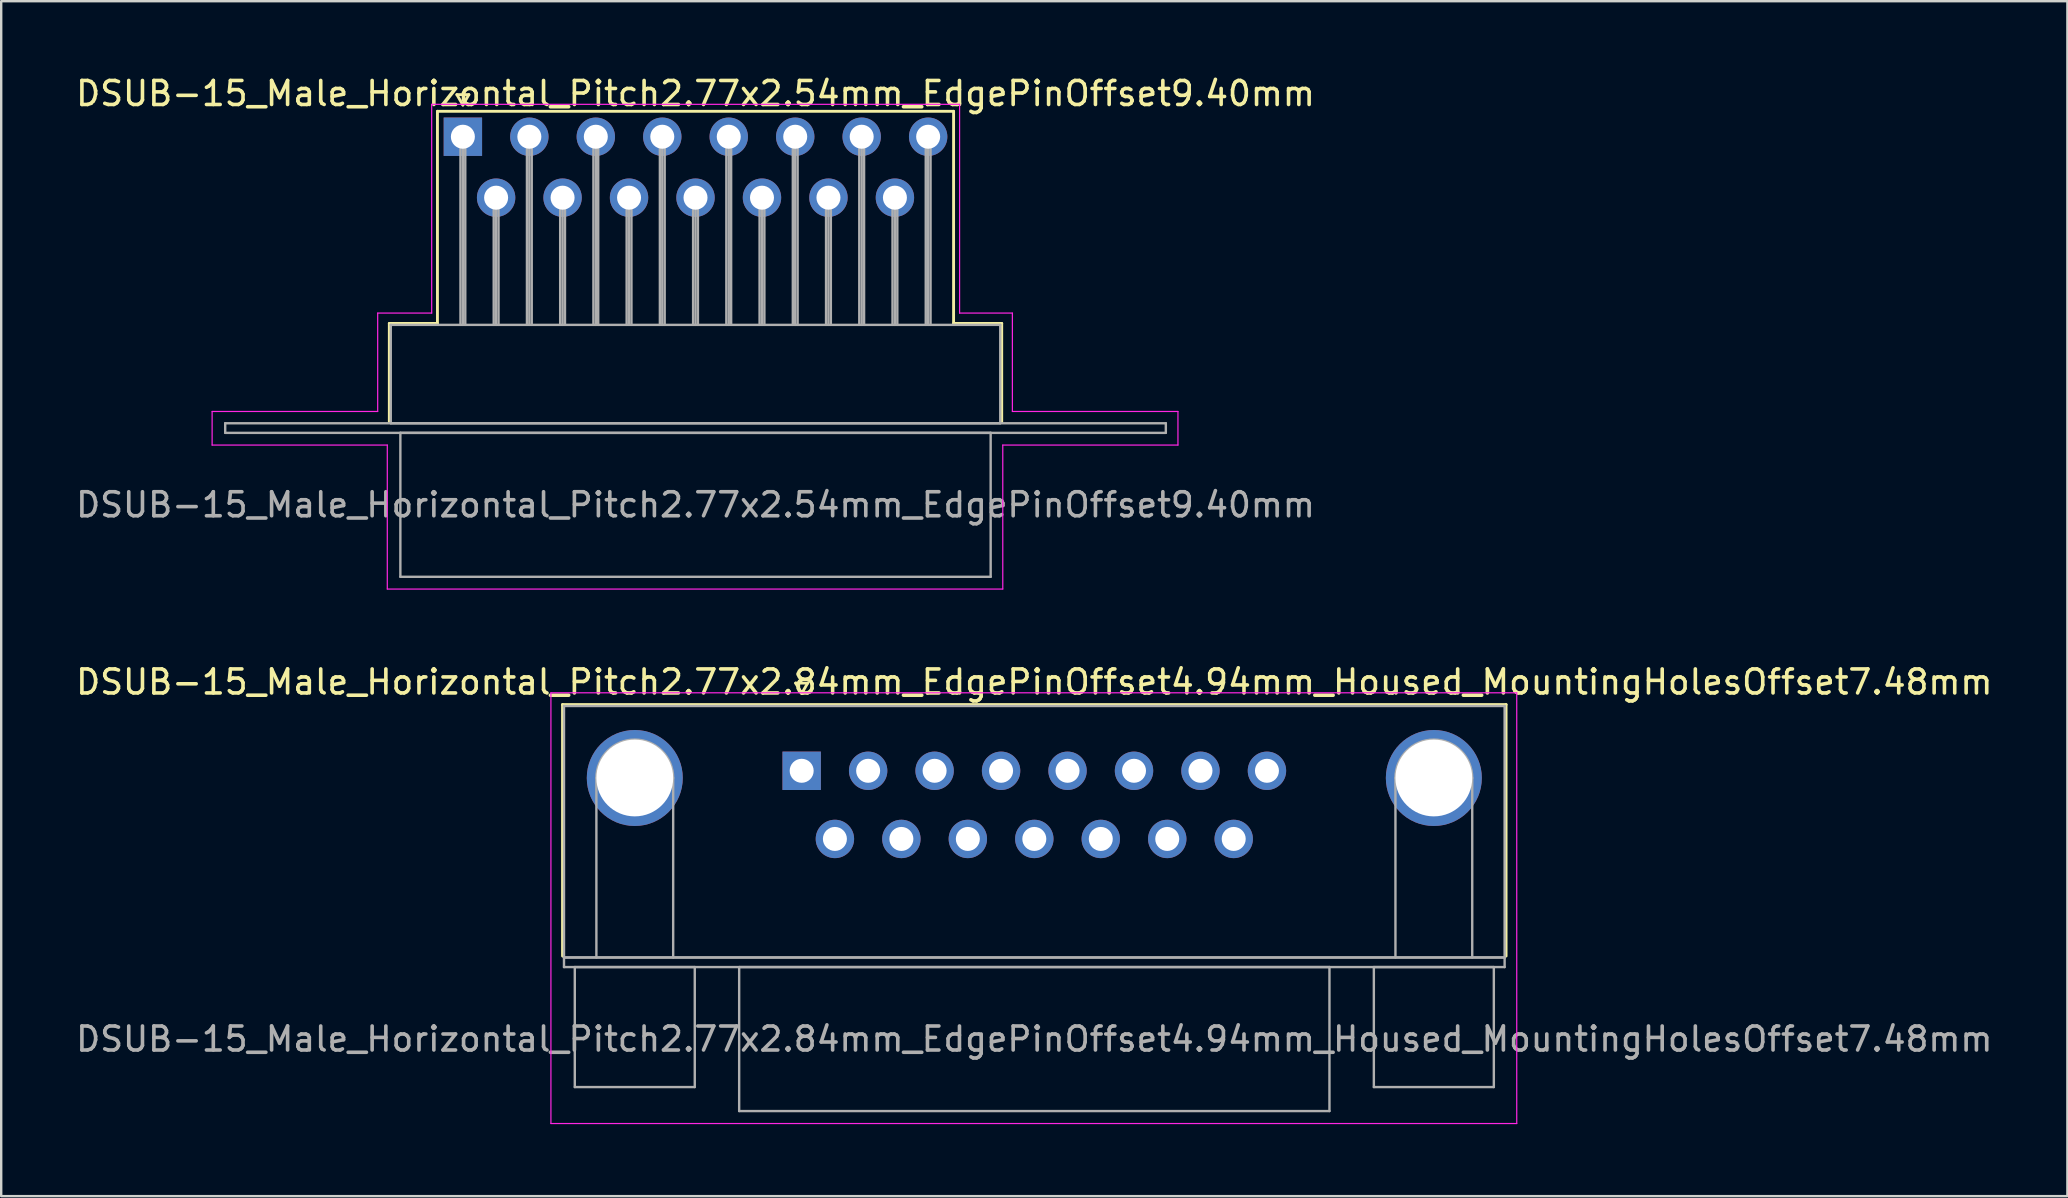
<source format=kicad_pcb>
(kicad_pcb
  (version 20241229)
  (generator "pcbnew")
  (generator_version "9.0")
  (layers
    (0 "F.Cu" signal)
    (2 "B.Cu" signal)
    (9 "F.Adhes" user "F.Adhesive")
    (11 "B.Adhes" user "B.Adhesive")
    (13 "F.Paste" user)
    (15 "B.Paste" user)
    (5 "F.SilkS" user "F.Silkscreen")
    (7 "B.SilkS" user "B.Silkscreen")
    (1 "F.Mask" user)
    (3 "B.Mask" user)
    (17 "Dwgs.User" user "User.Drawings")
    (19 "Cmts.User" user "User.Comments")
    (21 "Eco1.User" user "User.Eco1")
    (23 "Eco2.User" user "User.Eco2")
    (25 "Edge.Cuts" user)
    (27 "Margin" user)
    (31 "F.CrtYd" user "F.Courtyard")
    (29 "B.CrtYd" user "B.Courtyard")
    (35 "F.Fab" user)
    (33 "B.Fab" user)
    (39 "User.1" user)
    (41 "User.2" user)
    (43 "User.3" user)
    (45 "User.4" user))
  (footprint "DSUB-15_Male_Horizontal_Pitch2.77x2.84mm_EdgePinOffset4.94mm_Housed_MountingHolesOffset7.48mm"
    (layer "F.Cu")
    (at 30.359 29.072)
    (property "Reference" "DSUB-15_Male_Horizontal_Pitch2.77x2.84mm_EdgePinOffset4.94mm_Housed_MountingHolesOffset7.48mm" (at 9.695 -3.7 0) (layer "F.SilkS") (effects (font (size 1 1) (thickness 0.15))))
    (attr through_hole)
    (fp_line (start -9.965 -2.76) (end 29.355 -2.76) (stroke (width 0.12) (type solid)) (layer "F.SilkS"))
    (fp_line (start -9.965 7.72) (end -9.965 -2.76) (stroke (width 0.12) (type solid)) (layer "F.SilkS"))
    (fp_line (start -0.25 -3.654) (end 0.25 -3.654) (stroke (width 0.12) (type solid)) (layer "F.SilkS"))
    (fp_line (start 0 -3.221) (end -0.25 -3.654) (stroke (width 0.12) (type solid)) (layer "F.SilkS"))
    (fp_line (start 0.25 -3.654) (end 0 -3.221) (stroke (width 0.12) (type solid)) (layer "F.SilkS"))
    (fp_line (start 29.355 -2.76) (end 29.355 7.72) (stroke (width 0.12) (type solid)) (layer "F.SilkS"))
    (fp_line (start -10.45 -3.25) (end -10.45 14.7) (stroke (width 0.05) (type solid)) (layer "F.CrtYd"))
    (fp_line (start -10.45 14.7) (end 29.8 14.7) (stroke (width 0.05) (type solid)) (layer "F.CrtYd"))
    (fp_line (start 29.8 -3.25) (end -10.45 -3.25) (stroke (width 0.05) (type solid)) (layer "F.CrtYd"))
    (fp_line (start 29.8 14.7) (end 29.8 -3.25) (stroke (width 0.05) (type solid)) (layer "F.CrtYd"))
    (fp_line (start -9.905 -2.7) (end -9.905 7.78) (stroke (width 0.1) (type solid)) (layer "F.Fab"))
    (fp_line (start -9.905 7.78) (end -9.905 8.18) (stroke (width 0.1) (type solid)) (layer "F.Fab"))
    (fp_line (start -9.905 7.78) (end 29.295 7.78) (stroke (width 0.1) (type solid)) (layer "F.Fab"))
    (fp_line (start -9.905 8.18) (end 29.295 8.18) (stroke (width 0.1) (type solid)) (layer "F.Fab"))
    (fp_line (start -9.455 8.18) (end -9.455 13.18) (stroke (width 0.1) (type solid)) (layer "F.Fab"))
    (fp_line (start -9.455 13.18) (end -4.455 13.18) (stroke (width 0.1) (type solid)) (layer "F.Fab"))
    (fp_line (start -8.555 7.78) (end -8.555 0.3) (stroke (width 0.1) (type solid)) (layer "F.Fab"))
    (fp_line (start -5.355 7.78) (end -5.355 0.3) (stroke (width 0.1) (type solid)) (layer "F.Fab"))
    (fp_line (start -4.455 8.18) (end -9.455 8.18) (stroke (width 0.1) (type solid)) (layer "F.Fab"))
    (fp_line (start -4.455 13.18) (end -4.455 8.18) (stroke (width 0.1) (type solid)) (layer "F.Fab"))
    (fp_line (start -2.605 8.18) (end -2.605 14.18) (stroke (width 0.1) (type solid)) (layer "F.Fab"))
    (fp_line (start -2.605 14.18) (end 21.995 14.18) (stroke (width 0.1) (type solid)) (layer "F.Fab"))
    (fp_line (start 21.995 8.18) (end -2.605 8.18) (stroke (width 0.1) (type solid)) (layer "F.Fab"))
    (fp_line (start 21.995 14.18) (end 21.995 8.18) (stroke (width 0.1) (type solid)) (layer "F.Fab"))
    (fp_line (start 23.845 8.18) (end 23.845 13.18) (stroke (width 0.1) (type solid)) (layer "F.Fab"))
    (fp_line (start 23.845 13.18) (end 28.845 13.18) (stroke (width 0.1) (type solid)) (layer "F.Fab"))
    (fp_line (start 24.745 7.78) (end 24.745 0.3) (stroke (width 0.1) (type solid)) (layer "F.Fab"))
    (fp_line (start 27.945 7.78) (end 27.945 0.3) (stroke (width 0.1) (type solid)) (layer "F.Fab"))
    (fp_line (start 28.845 8.18) (end 23.845 8.18) (stroke (width 0.1) (type solid)) (layer "F.Fab"))
    (fp_line (start 28.845 13.18) (end 28.845 8.18) (stroke (width 0.1) (type solid)) (layer "F.Fab"))
    (fp_line (start 29.295 -2.7) (end -9.905 -2.7) (stroke (width 0.1) (type solid)) (layer "F.Fab"))
    (fp_line (start 29.295 7.78) (end -9.905 7.78) (stroke (width 0.1) (type solid)) (layer "F.Fab"))
    (fp_line (start 29.295 7.78) (end 29.295 -2.7) (stroke (width 0.1) (type solid)) (layer "F.Fab"))
    (fp_line (start 29.295 8.18) (end 29.295 7.78) (stroke (width 0.1) (type solid)) (layer "F.Fab"))
    (fp_arc (start -8.555 0.3) (mid -6.955 -1.3) (end -5.355 0.3) (stroke (width 0.1) (type solid)) (layer "F.Fab"))
    (fp_arc (start 24.745 0.3) (mid 26.345 -1.3) (end 27.945 0.3) (stroke (width 0.1) (type solid)) (layer "F.Fab"))
    (fp_text user "${REFERENCE}" (at 9.695 11.18 0) (layer "F.Fab") (effects (font (size 1 1) (thickness 0.15))))
    (pad "0" thru_hole circle (at -6.955 0.3) (size 4 4) (drill 3.2) (layers "*.Cu" "*.Mask"))
    (pad "0" thru_hole circle (at 26.345 0.3) (size 4 4) (drill 3.2) (layers "*.Cu" "*.Mask"))
    (pad "1" thru_hole rect (at 0 0) (size 1.6 1.6) (drill 1) (layers "*.Cu" "*.Mask"))
    (pad "2" thru_hole circle (at 2.77 0) (size 1.6 1.6) (drill 1) (layers "*.Cu" "*.Mask"))
    (pad "3" thru_hole circle (at 5.54 0) (size 1.6 1.6) (drill 1) (layers "*.Cu" "*.Mask"))
    (pad "4" thru_hole circle (at 8.31 0) (size 1.6 1.6) (drill 1) (layers "*.Cu" "*.Mask"))
    (pad "5" thru_hole circle (at 11.08 0) (size 1.6 1.6) (drill 1) (layers "*.Cu" "*.Mask"))
    (pad "6" thru_hole circle (at 13.85 0) (size 1.6 1.6) (drill 1) (layers "*.Cu" "*.Mask"))
    (pad "7" thru_hole circle (at 16.62 0) (size 1.6 1.6) (drill 1) (layers "*.Cu" "*.Mask"))
    (pad "8" thru_hole circle (at 19.39 0) (size 1.6 1.6) (drill 1) (layers "*.Cu" "*.Mask"))
    (pad "9" thru_hole circle (at 1.385 2.84) (size 1.6 1.6) (drill 1) (layers "*.Cu" "*.Mask"))
    (pad "10" thru_hole circle (at 4.155 2.84) (size 1.6 1.6) (drill 1) (layers "*.Cu" "*.Mask"))
    (pad "11" thru_hole circle (at 6.925 2.84) (size 1.6 1.6) (drill 1) (layers "*.Cu" "*.Mask"))
    (pad "12" thru_hole circle (at 9.695 2.84) (size 1.6 1.6) (drill 1) (layers "*.Cu" "*.Mask"))
    (pad "13" thru_hole circle (at 12.465 2.84) (size 1.6 1.6) (drill 1) (layers "*.Cu" "*.Mask"))
    (pad "14" thru_hole circle (at 15.235 2.84) (size 1.6 1.6) (drill 1) (layers "*.Cu" "*.Mask"))
    (pad "15" thru_hole circle (at 18.005 2.84) (size 1.6 1.6) (drill 1) (layers "*.Cu" "*.Mask")))
  (footprint "DSUB-15_Male_Horizontal_Pitch2.77x2.54mm_EdgePinOffset9.40mm"
    (layer "F.Cu")
    (at 16.24 2.648)
    (property "Reference" "DSUB-15_Male_Horizontal_Pitch2.77x2.54mm_EdgePinOffset9.40mm" (at 9.695 -1.8 0) (layer "F.SilkS") (effects (font (size 1 1) (thickness 0.15))))
    (attr through_hole)
    (fp_line (start -3.065 7.78) (end -1.06 7.78) (stroke (width 0.12) (type solid)) (layer "F.SilkS"))
    (fp_line (start -3.065 11.88) (end -3.065 7.78) (stroke (width 0.12) (type solid)) (layer "F.SilkS"))
    (fp_line (start -1.06 -1.06) (end 20.45 -1.06) (stroke (width 0.12) (type solid)) (layer "F.SilkS"))
    (fp_line (start -1.06 7.78) (end -1.06 -1.06) (stroke (width 0.12) (type solid)) (layer "F.SilkS"))
    (fp_line (start -0.25 -1.754) (end 0.25 -1.754) (stroke (width 0.12) (type solid)) (layer "F.SilkS"))
    (fp_line (start 0 -1.321) (end -0.25 -1.754) (stroke (width 0.12) (type solid)) (layer "F.SilkS"))
    (fp_line (start 0.25 -1.754) (end 0 -1.321) (stroke (width 0.12) (type solid)) (layer "F.SilkS"))
    (fp_line (start 20.45 -1.06) (end 20.45 7.78) (stroke (width 0.12) (type solid)) (layer "F.SilkS"))
    (fp_line (start 20.45 7.78) (end 22.455 7.78) (stroke (width 0.12) (type solid)) (layer "F.SilkS"))
    (fp_line (start 22.455 7.78) (end 22.455 11.88) (stroke (width 0.12) (type solid)) (layer "F.SilkS"))
    (fp_line (start -10.45 11.45) (end -3.55 11.45) (stroke (width 0.05) (type solid)) (layer "F.CrtYd"))
    (fp_line (start -10.45 12.85) (end -10.45 11.45) (stroke (width 0.05) (type solid)) (layer "F.CrtYd"))
    (fp_line (start -3.55 7.35) (end -1.3 7.35) (stroke (width 0.05) (type solid)) (layer "F.CrtYd"))
    (fp_line (start -3.55 11.45) (end -3.55 7.35) (stroke (width 0.05) (type solid)) (layer "F.CrtYd"))
    (fp_line (start -3.15 12.85) (end -10.45 12.85) (stroke (width 0.05) (type solid)) (layer "F.CrtYd"))
    (fp_line (start -3.15 18.85) (end -3.15 12.85) (stroke (width 0.05) (type solid)) (layer "F.CrtYd"))
    (fp_line (start -1.3 -1.35) (end 20.7 -1.35) (stroke (width 0.05) (type solid)) (layer "F.CrtYd"))
    (fp_line (start -1.3 7.35) (end -1.3 -1.35) (stroke (width 0.05) (type solid)) (layer "F.CrtYd"))
    (fp_line (start 20.7 -1.35) (end 20.7 7.35) (stroke (width 0.05) (type solid)) (layer "F.CrtYd"))
    (fp_line (start 20.7 7.35) (end 22.9 7.35) (stroke (width 0.05) (type solid)) (layer "F.CrtYd"))
    (fp_line (start 22.5 12.85) (end 22.5 18.85) (stroke (width 0.05) (type solid)) (layer "F.CrtYd"))
    (fp_line (start 22.5 18.85) (end -3.15 18.85) (stroke (width 0.05) (type solid)) (layer "F.CrtYd"))
    (fp_line (start 22.9 7.35) (end 22.9 11.45) (stroke (width 0.05) (type solid)) (layer "F.CrtYd"))
    (fp_line (start 22.9 11.45) (end 29.8 11.45) (stroke (width 0.05) (type solid)) (layer "F.CrtYd"))
    (fp_line (start 29.8 11.45) (end 29.8 12.85) (stroke (width 0.05) (type solid)) (layer "F.CrtYd"))
    (fp_line (start 29.8 12.85) (end 22.5 12.85) (stroke (width 0.05) (type solid)) (layer "F.CrtYd"))
    (fp_line (start -9.905 11.94) (end -9.905 12.34) (stroke (width 0.1) (type solid)) (layer "F.Fab"))
    (fp_line (start -9.905 12.34) (end 29.295 12.34) (stroke (width 0.1) (type solid)) (layer "F.Fab"))
    (fp_line (start -3.005 7.84) (end -3.005 11.94) (stroke (width 0.1) (type solid)) (layer "F.Fab"))
    (fp_line (start -3.005 11.94) (end 22.395 11.94) (stroke (width 0.1) (type solid)) (layer "F.Fab"))
    (fp_line (start -2.605 12.34) (end -2.605 18.34) (stroke (width 0.1) (type solid)) (layer "F.Fab"))
    (fp_line (start -2.605 18.34) (end 21.995 18.34) (stroke (width 0.1) (type solid)) (layer "F.Fab"))
    (fp_line (start -0.1 0) (end -0.1 7.84) (stroke (width 0.1) (type solid)) (layer "F.Fab"))
    (fp_line (start 0 0) (end 0 7.84) (stroke (width 0.1) (type solid)) (layer "F.Fab"))
    (fp_line (start 0.1 0) (end 0.1 7.84) (stroke (width 0.1) (type solid)) (layer "F.Fab"))
    (fp_line (start 1.285 2.54) (end 1.285 7.84) (stroke (width 0.1) (type solid)) (layer "F.Fab"))
    (fp_line (start 1.385 2.54) (end 1.385 7.84) (stroke (width 0.1) (type solid)) (layer "F.Fab"))
    (fp_line (start 1.485 2.54) (end 1.485 7.84) (stroke (width 0.1) (type solid)) (layer "F.Fab"))
    (fp_line (start 2.67 0) (end 2.67 7.84) (stroke (width 0.1) (type solid)) (layer "F.Fab"))
    (fp_line (start 2.77 0) (end 2.77 7.84) (stroke (width 0.1) (type solid)) (layer "F.Fab"))
    (fp_line (start 2.87 0) (end 2.87 7.84) (stroke (width 0.1) (type solid)) (layer "F.Fab"))
    (fp_line (start 4.055 2.54) (end 4.055 7.84) (stroke (width 0.1) (type solid)) (layer "F.Fab"))
    (fp_line (start 4.155 2.54) (end 4.155 7.84) (stroke (width 0.1) (type solid)) (layer "F.Fab"))
    (fp_line (start 4.255 2.54) (end 4.255 7.84) (stroke (width 0.1) (type solid)) (layer "F.Fab"))
    (fp_line (start 5.44 0) (end 5.44 7.84) (stroke (width 0.1) (type solid)) (layer "F.Fab"))
    (fp_line (start 5.54 0) (end 5.54 7.84) (stroke (width 0.1) (type solid)) (layer "F.Fab"))
    (fp_line (start 5.64 0) (end 5.64 7.84) (stroke (width 0.1) (type solid)) (layer "F.Fab"))
    (fp_line (start 6.825 2.54) (end 6.825 7.84) (stroke (width 0.1) (type solid)) (layer "F.Fab"))
    (fp_line (start 6.925 2.54) (end 6.925 7.84) (stroke (width 0.1) (type solid)) (layer "F.Fab"))
    (fp_line (start 7.025 2.54) (end 7.025 7.84) (stroke (width 0.1) (type solid)) (layer "F.Fab"))
    (fp_line (start 8.21 0) (end 8.21 7.84) (stroke (width 0.1) (type solid)) (layer "F.Fab"))
    (fp_line (start 8.31 0) (end 8.31 7.84) (stroke (width 0.1) (type solid)) (layer "F.Fab"))
    (fp_line (start 8.41 0) (end 8.41 7.84) (stroke (width 0.1) (type solid)) (layer "F.Fab"))
    (fp_line (start 9.595 2.54) (end 9.595 7.84) (stroke (width 0.1) (type solid)) (layer "F.Fab"))
    (fp_line (start 9.695 2.54) (end 9.695 7.84) (stroke (width 0.1) (type solid)) (layer "F.Fab"))
    (fp_line (start 9.795 2.54) (end 9.795 7.84) (stroke (width 0.1) (type solid)) (layer "F.Fab"))
    (fp_line (start 10.98 0) (end 10.98 7.84) (stroke (width 0.1) (type solid)) (layer "F.Fab"))
    (fp_line (start 11.08 0) (end 11.08 7.84) (stroke (width 0.1) (type solid)) (layer "F.Fab"))
    (fp_line (start 11.18 0) (end 11.18 7.84) (stroke (width 0.1) (type solid)) (layer "F.Fab"))
    (fp_line (start 12.365 2.54) (end 12.365 7.84) (stroke (width 0.1) (type solid)) (layer "F.Fab"))
    (fp_line (start 12.465 2.54) (end 12.465 7.84) (stroke (width 0.1) (type solid)) (layer "F.Fab"))
    (fp_line (start 12.565 2.54) (end 12.565 7.84) (stroke (width 0.1) (type solid)) (layer "F.Fab"))
    (fp_line (start 13.75 0) (end 13.75 7.84) (stroke (width 0.1) (type solid)) (layer "F.Fab"))
    (fp_line (start 13.85 0) (end 13.85 7.84) (stroke (width 0.1) (type solid)) (layer "F.Fab"))
    (fp_line (start 13.95 0) (end 13.95 7.84) (stroke (width 0.1) (type solid)) (layer "F.Fab"))
    (fp_line (start 15.135 2.54) (end 15.135 7.84) (stroke (width 0.1) (type solid)) (layer "F.Fab"))
    (fp_line (start 15.235 2.54) (end 15.235 7.84) (stroke (width 0.1) (type solid)) (layer "F.Fab"))
    (fp_line (start 15.335 2.54) (end 15.335 7.84) (stroke (width 0.1) (type solid)) (layer "F.Fab"))
    (fp_line (start 16.52 0) (end 16.52 7.84) (stroke (width 0.1) (type solid)) (layer "F.Fab"))
    (fp_line (start 16.62 0) (end 16.62 7.84) (stroke (width 0.1) (type solid)) (layer "F.Fab"))
    (fp_line (start 16.72 0) (end 16.72 7.84) (stroke (width 0.1) (type solid)) (layer "F.Fab"))
    (fp_line (start 17.905 2.54) (end 17.905 7.84) (stroke (width 0.1) (type solid)) (layer "F.Fab"))
    (fp_line (start 18.005 2.54) (end 18.005 7.84) (stroke (width 0.1) (type solid)) (layer "F.Fab"))
    (fp_line (start 18.105 2.54) (end 18.105 7.84) (stroke (width 0.1) (type solid)) (layer "F.Fab"))
    (fp_line (start 19.29 0) (end 19.29 7.84) (stroke (width 0.1) (type solid)) (layer "F.Fab"))
    (fp_line (start 19.39 0) (end 19.39 7.84) (stroke (width 0.1) (type solid)) (layer "F.Fab"))
    (fp_line (start 19.49 0) (end 19.49 7.84) (stroke (width 0.1) (type solid)) (layer "F.Fab"))
    (fp_line (start 21.995 12.34) (end -2.605 12.34) (stroke (width 0.1) (type solid)) (layer "F.Fab"))
    (fp_line (start 21.995 18.34) (end 21.995 12.34) (stroke (width 0.1) (type solid)) (layer "F.Fab"))
    (fp_line (start 22.395 7.84) (end -3.005 7.84) (stroke (width 0.1) (type solid)) (layer "F.Fab"))
    (fp_line (start 22.395 11.94) (end 22.395 7.84) (stroke (width 0.1) (type solid)) (layer "F.Fab"))
    (fp_line (start 29.295 11.94) (end -9.905 11.94) (stroke (width 0.1) (type solid)) (layer "F.Fab"))
    (fp_line (start 29.295 12.34) (end 29.295 11.94) (stroke (width 0.1) (type solid)) (layer "F.Fab"))
    (fp_text user "${REFERENCE}" (at 9.695 15.34 0) (layer "F.Fab") (effects (font (size 1 1) (thickness 0.15))))
    (pad "1" thru_hole rect (at 0 0) (size 1.6 1.6) (drill 1) (layers "*.Cu" "*.Mask"))
    (pad "2" thru_hole circle (at 2.77 0) (size 1.6 1.6) (drill 1) (layers "*.Cu" "*.Mask"))
    (pad "3" thru_hole circle (at 5.54 0) (size 1.6 1.6) (drill 1) (layers "*.Cu" "*.Mask"))
    (pad "4" thru_hole circle (at 8.31 0) (size 1.6 1.6) (drill 1) (layers "*.Cu" "*.Mask"))
    (pad "5" thru_hole circle (at 11.08 0) (size 1.6 1.6) (drill 1) (layers "*.Cu" "*.Mask"))
    (pad "6" thru_hole circle (at 13.85 0) (size 1.6 1.6) (drill 1) (layers "*.Cu" "*.Mask"))
    (pad "7" thru_hole circle (at 16.62 0) (size 1.6 1.6) (drill 1) (layers "*.Cu" "*.Mask"))
    (pad "8" thru_hole circle (at 19.39 0) (size 1.6 1.6) (drill 1) (layers "*.Cu" "*.Mask"))
    (pad "9" thru_hole circle (at 1.385 2.54) (size 1.6 1.6) (drill 1) (layers "*.Cu" "*.Mask"))
    (pad "10" thru_hole circle (at 4.155 2.54) (size 1.6 1.6) (drill 1) (layers "*.Cu" "*.Mask"))
    (pad "11" thru_hole circle (at 6.925 2.54) (size 1.6 1.6) (drill 1) (layers "*.Cu" "*.Mask"))
    (pad "12" thru_hole circle (at 9.695 2.54) (size 1.6 1.6) (drill 1) (layers "*.Cu" "*.Mask"))
    (pad "13" thru_hole circle (at 12.465 2.54) (size 1.6 1.6) (drill 1) (layers "*.Cu" "*.Mask"))
    (pad "14" thru_hole circle (at 15.235 2.54) (size 1.6 1.6) (drill 1) (layers "*.Cu" "*.Mask"))
    (pad "15" thru_hole circle (at 18.005 2.54) (size 1.6 1.6) (drill 1) (layers "*.Cu" "*.Mask")))
  (gr_rect
    (start -3 -3)
    (end 83.107 46.797)
    (stroke (width 0.1) (type default))
    (fill no)
    (layer "Edge.Cuts")))
</source>
